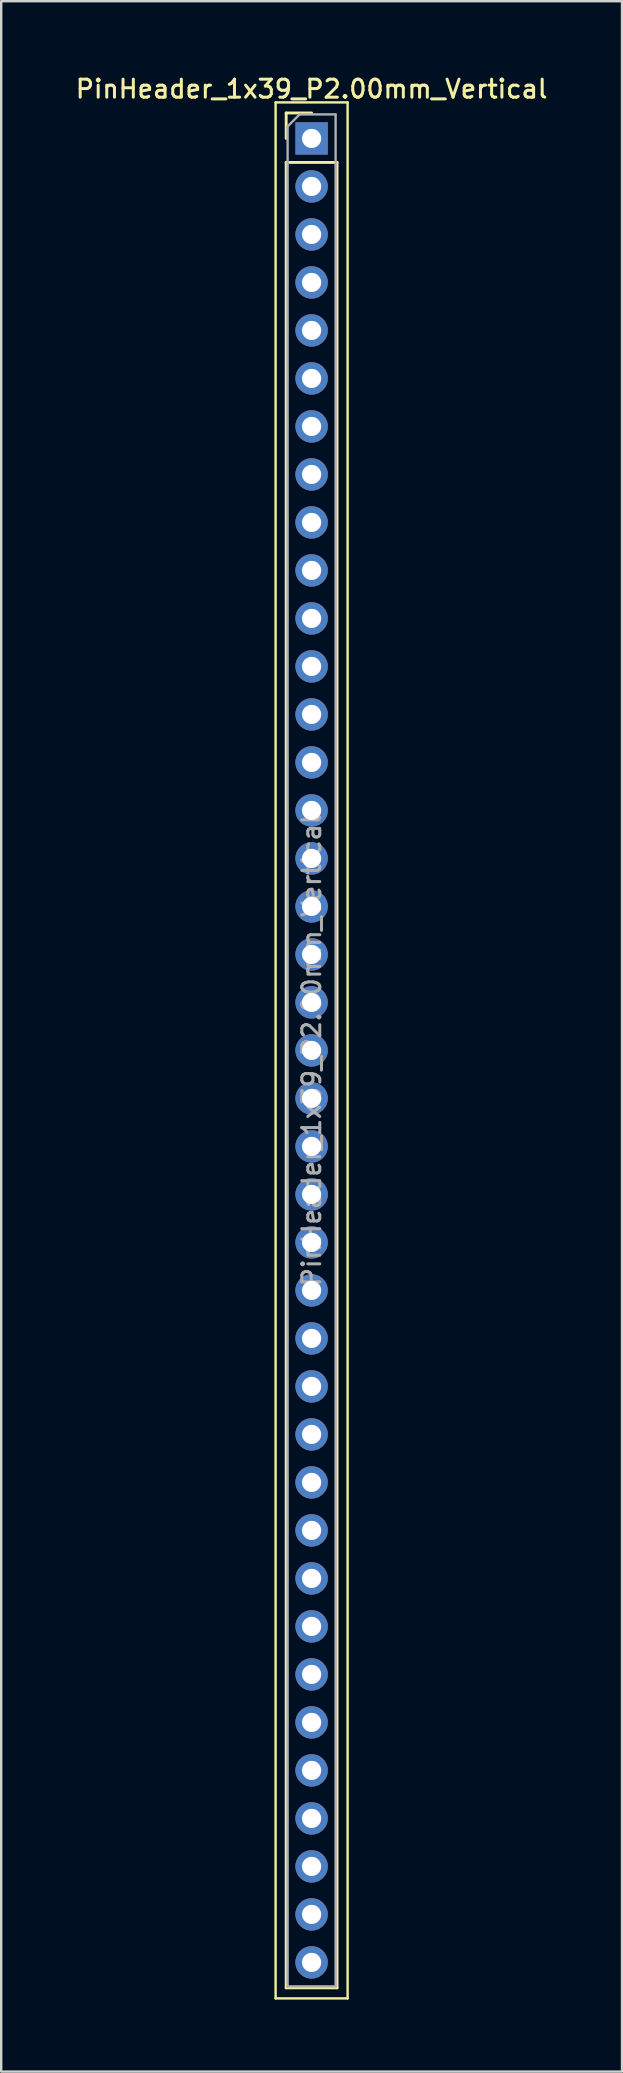
<source format=kicad_pcb>
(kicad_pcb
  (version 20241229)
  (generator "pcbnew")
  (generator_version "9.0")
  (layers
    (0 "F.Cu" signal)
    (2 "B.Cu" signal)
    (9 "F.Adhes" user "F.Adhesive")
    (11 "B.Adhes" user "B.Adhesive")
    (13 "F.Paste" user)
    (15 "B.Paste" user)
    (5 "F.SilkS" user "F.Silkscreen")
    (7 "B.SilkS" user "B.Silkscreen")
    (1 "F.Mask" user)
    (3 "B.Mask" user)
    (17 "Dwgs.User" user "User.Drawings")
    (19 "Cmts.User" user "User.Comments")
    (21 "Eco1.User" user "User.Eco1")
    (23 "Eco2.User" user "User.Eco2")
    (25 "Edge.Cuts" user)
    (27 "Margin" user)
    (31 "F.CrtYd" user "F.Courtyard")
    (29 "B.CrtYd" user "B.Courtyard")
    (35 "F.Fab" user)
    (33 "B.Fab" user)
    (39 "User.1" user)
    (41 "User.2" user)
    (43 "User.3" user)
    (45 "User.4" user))
  (footprint "PinHeader_1x39_P2.00mm_Vertical"
    (layer "F.Cu")
    (at 9.934 2.718)
    (property "Reference" "PinHeader_1x39_P2.00mm_Vertical" (at 0 -2.06 0) (layer "F.SilkS") (effects (font (size 0.75 0.75) (thickness 0.125))))
    (attr through_hole)
    (fp_line (start -1.5 -1.5) (end -1.5 77.5) (stroke (width 0.1) (type solid)) (layer "F.SilkS"))
    (fp_line (start -1.5 77.5) (end 1.5 77.5) (stroke (width 0.1) (type solid)) (layer "F.SilkS"))
    (fp_line (start -1.06 -1.06) (end 0 -1.06) (stroke (width 0.12) (type solid)) (layer "F.SilkS"))
    (fp_line (start -1.06 0) (end -1.06 -1.06) (stroke (width 0.12) (type solid)) (layer "F.SilkS"))
    (fp_line (start -1.06 1) (end -1.06 77.06) (stroke (width 0.12) (type solid)) (layer "F.SilkS"))
    (fp_line (start -1.06 1) (end 1.06 1) (stroke (width 0.12) (type solid)) (layer "F.SilkS"))
    (fp_line (start -1.06 77.06) (end 1.06 77.06) (stroke (width 0.12) (type solid)) (layer "F.SilkS"))
    (fp_line (start 1.06 1) (end 1.06 77.06) (stroke (width 0.12) (type solid)) (layer "F.SilkS"))
    (fp_line (start 1.5 -1.5) (end -1.5 -1.5) (stroke (width 0.1) (type solid)) (layer "F.SilkS"))
    (fp_line (start 1.5 77.5) (end 1.5 -1.5) (stroke (width 0.1) (type solid)) (layer "F.SilkS"))
    (fp_line (start -1 -0.5) (end -0.5 -1) (stroke (width 0.1) (type solid)) (layer "F.Fab"))
    (fp_line (start -1 77) (end -1 -0.5) (stroke (width 0.1) (type solid)) (layer "F.Fab"))
    (fp_line (start -0.5 -1) (end 1 -1) (stroke (width 0.1) (type solid)) (layer "F.Fab"))
    (fp_line (start 1 -1) (end 1 77) (stroke (width 0.1) (type solid)) (layer "F.Fab"))
    (fp_line (start 1 77) (end -1 77) (stroke (width 0.1) (type solid)) (layer "F.Fab"))
    (fp_text user "${REFERENCE}" (at 0 38 90) (layer "F.Fab") (effects (font (size 0.75 0.75) (thickness 0.125))))
    (pad "1" thru_hole rect (at 0 0) (size 1.35 1.35) (drill 0.8) (layers "*.Cu" "*.Mask"))
    (pad "2" thru_hole oval (at 0 2) (size 1.35 1.35) (drill 0.8) (layers "*.Cu" "*.Mask"))
    (pad "3" thru_hole oval (at 0 4) (size 1.35 1.35) (drill 0.8) (layers "*.Cu" "*.Mask"))
    (pad "4" thru_hole oval (at 0 6) (size 1.35 1.35) (drill 0.8) (layers "*.Cu" "*.Mask"))
    (pad "5" thru_hole oval (at 0 8) (size 1.35 1.35) (drill 0.8) (layers "*.Cu" "*.Mask"))
    (pad "6" thru_hole oval (at 0 10) (size 1.35 1.35) (drill 0.8) (layers "*.Cu" "*.Mask"))
    (pad "7" thru_hole oval (at 0 12) (size 1.35 1.35) (drill 0.8) (layers "*.Cu" "*.Mask"))
    (pad "8" thru_hole oval (at 0 14) (size 1.35 1.35) (drill 0.8) (layers "*.Cu" "*.Mask"))
    (pad "9" thru_hole oval (at 0 16) (size 1.35 1.35) (drill 0.8) (layers "*.Cu" "*.Mask"))
    (pad "10" thru_hole oval (at 0 18) (size 1.35 1.35) (drill 0.8) (layers "*.Cu" "*.Mask"))
    (pad "11" thru_hole oval (at 0 20) (size 1.35 1.35) (drill 0.8) (layers "*.Cu" "*.Mask"))
    (pad "12" thru_hole oval (at 0 22) (size 1.35 1.35) (drill 0.8) (layers "*.Cu" "*.Mask"))
    (pad "13" thru_hole oval (at 0 24) (size 1.35 1.35) (drill 0.8) (layers "*.Cu" "*.Mask"))
    (pad "14" thru_hole oval (at 0 26) (size 1.35 1.35) (drill 0.8) (layers "*.Cu" "*.Mask"))
    (pad "15" thru_hole oval (at 0 28) (size 1.35 1.35) (drill 0.8) (layers "*.Cu" "*.Mask"))
    (pad "16" thru_hole oval (at 0 30) (size 1.35 1.35) (drill 0.8) (layers "*.Cu" "*.Mask"))
    (pad "17" thru_hole oval (at 0 32) (size 1.35 1.35) (drill 0.8) (layers "*.Cu" "*.Mask"))
    (pad "18" thru_hole oval (at 0 34) (size 1.35 1.35) (drill 0.8) (layers "*.Cu" "*.Mask"))
    (pad "19" thru_hole oval (at 0 36) (size 1.35 1.35) (drill 0.8) (layers "*.Cu" "*.Mask"))
    (pad "20" thru_hole oval (at 0 38) (size 1.35 1.35) (drill 0.8) (layers "*.Cu" "*.Mask"))
    (pad "21" thru_hole oval (at 0 40) (size 1.35 1.35) (drill 0.8) (layers "*.Cu" "*.Mask"))
    (pad "22" thru_hole oval (at 0 42) (size 1.35 1.35) (drill 0.8) (layers "*.Cu" "*.Mask"))
    (pad "23" thru_hole oval (at 0 44) (size 1.35 1.35) (drill 0.8) (layers "*.Cu" "*.Mask"))
    (pad "24" thru_hole oval (at 0 46) (size 1.35 1.35) (drill 0.8) (layers "*.Cu" "*.Mask"))
    (pad "25" thru_hole oval (at 0 48) (size 1.35 1.35) (drill 0.8) (layers "*.Cu" "*.Mask"))
    (pad "26" thru_hole oval (at 0 50) (size 1.35 1.35) (drill 0.8) (layers "*.Cu" "*.Mask"))
    (pad "27" thru_hole oval (at 0 52) (size 1.35 1.35) (drill 0.8) (layers "*.Cu" "*.Mask"))
    (pad "28" thru_hole oval (at 0 54) (size 1.35 1.35) (drill 0.8) (layers "*.Cu" "*.Mask"))
    (pad "29" thru_hole oval (at 0 56) (size 1.35 1.35) (drill 0.8) (layers "*.Cu" "*.Mask"))
    (pad "30" thru_hole oval (at 0 58) (size 1.35 1.35) (drill 0.8) (layers "*.Cu" "*.Mask"))
    (pad "31" thru_hole oval (at 0 60) (size 1.35 1.35) (drill 0.8) (layers "*.Cu" "*.Mask"))
    (pad "32" thru_hole oval (at 0 62) (size 1.35 1.35) (drill 0.8) (layers "*.Cu" "*.Mask"))
    (pad "33" thru_hole oval (at 0 64) (size 1.35 1.35) (drill 0.8) (layers "*.Cu" "*.Mask"))
    (pad "34" thru_hole oval (at 0 66) (size 1.35 1.35) (drill 0.8) (layers "*.Cu" "*.Mask"))
    (pad "35" thru_hole oval (at 0 68) (size 1.35 1.35) (drill 0.8) (layers "*.Cu" "*.Mask"))
    (pad "36" thru_hole oval (at 0 70) (size 1.35 1.35) (drill 0.8) (layers "*.Cu" "*.Mask"))
    (pad "37" thru_hole oval (at 0 72) (size 1.35 1.35) (drill 0.8) (layers "*.Cu" "*.Mask"))
    (pad "38" thru_hole oval (at 0 74) (size 1.35 1.35) (drill 0.8) (layers "*.Cu" "*.Mask"))
    (pad "39" thru_hole oval (at 0 76) (size 1.35 1.35) (drill 0.8) (layers "*.Cu" "*.Mask")))
  (gr_rect
    (start -3 -3)
    (end 22.868 83.268)
    (stroke (width 0.1) (type default))
    (fill no)
    (layer "Edge.Cuts")))
</source>
